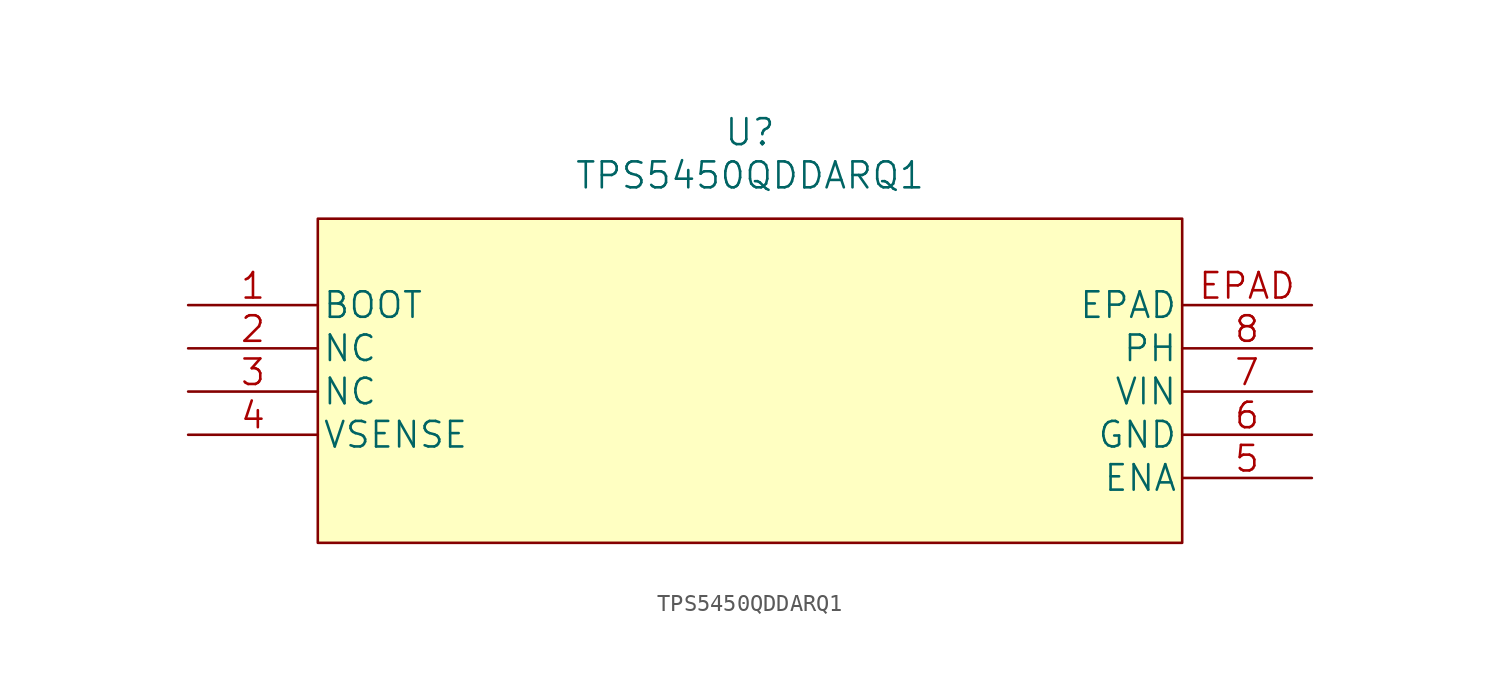
<source format=kicad_sym>
(kicad_symbol_lib
  (version 20211014)
  (generator kicad_symbol_editor)
  (symbol "TPS5450QDDARQ1"
    (pin_names
      (offset 0.254))
    (property "Reference" "U"
      (at 33.02 10.16 0)
      (effects (font (size 1.524 1.524))))
    (property "Value" "TPS5450QDDARQ1"
      (at 33.02 7.62 0)
      (effects (font (size 1.524 1.524))))
    (property "Datasheet" ""
      (at 0 0 0)
      (effects (font (size 1.524 1.524))))
    (property "ki_locked" ""
      (at 0 0 0)
      (effects (font (size 1.27 1.27))))
    (symbol "TPS5450QDDARQ1_1_1"
      (rectangle (start 7.62 5.08) (end 58.42 -13.97) (stroke (width 0.152) (type default) (color 0 0 0 0)) (fill (type background)))
      (pin unspecified line (at 0 0 0) (length 7.62) (name "BOOT" (effects (font (size 1.499 1.499)))) (number "1" (effects (font (size 1.499 1.499)))))
      (pin unspecified line (at 0 -2.54 0) (length 7.62) (name "NC" (effects (font (size 1.499 1.499)))) (number "2" (effects (font (size 1.499 1.499)))))
      (pin unspecified line (at 0 -5.08 0) (length 7.62) (name "NC" (effects (font (size 1.499 1.499)))) (number "3" (effects (font (size 1.499 1.499)))))
      (pin output line (at 0 -7.62 0) (length 7.62) (name "VSENSE" (effects (font (size 1.499 1.499)))) (number "4" (effects (font (size 1.499 1.499)))))
      (pin unspecified line (at 66.04 -10.16 180) (length 7.62) (name "ENA" (effects (font (size 1.499 1.499)))) (number "5" (effects (font (size 1.499 1.499)))))
      (pin power_in line (at 66.04 -7.62 180) (length 7.62) (name "GND" (effects (font (size 1.499 1.499)))) (number "6" (effects (font (size 1.499 1.499)))))
      (pin input line (at 66.04 -5.08 180) (length 7.62) (name "VIN" (effects (font (size 1.499 1.499)))) (number "7" (effects (font (size 1.499 1.499)))))
      (pin bidirectional line (at 66.04 -2.54 180) (length 7.62) (name "PH" (effects (font (size 1.499 1.499)))) (number "8" (effects (font (size 1.499 1.499)))))
      (pin unspecified line (at 66.04 0 180) (length 7.62) (name "EPAD" (effects (font (size 1.499 1.499)))) (number "EPAD" (effects (font (size 1.499 1.499))))))))
</source>
